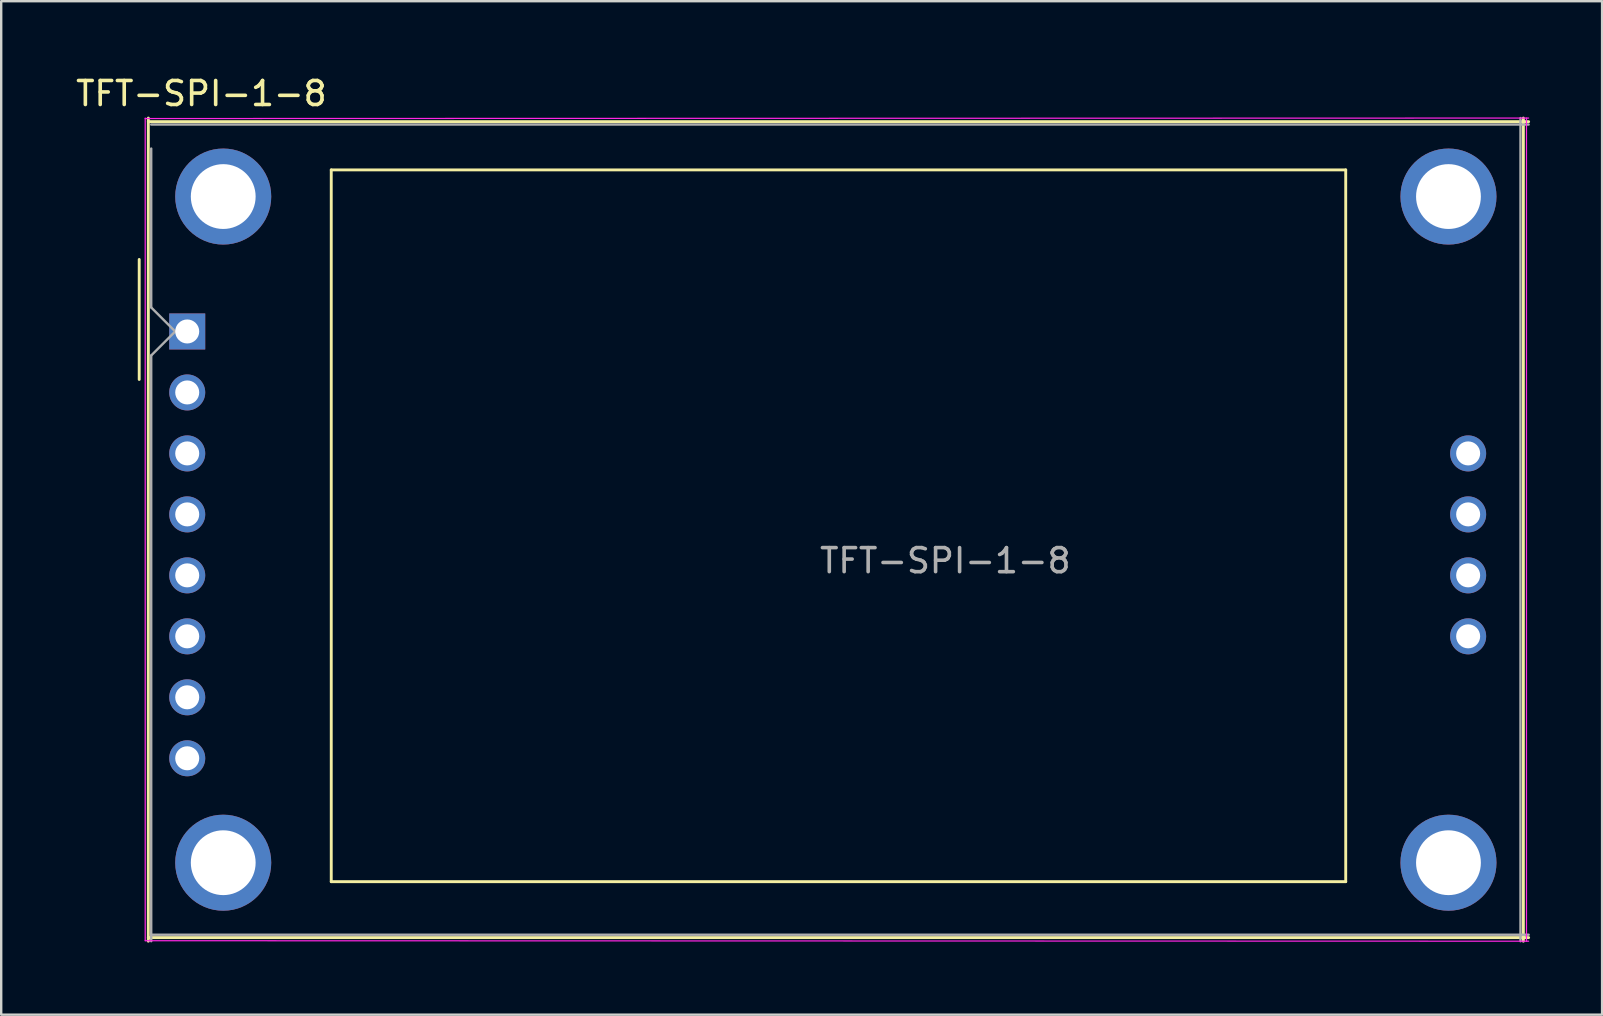
<source format=kicad_pcb>
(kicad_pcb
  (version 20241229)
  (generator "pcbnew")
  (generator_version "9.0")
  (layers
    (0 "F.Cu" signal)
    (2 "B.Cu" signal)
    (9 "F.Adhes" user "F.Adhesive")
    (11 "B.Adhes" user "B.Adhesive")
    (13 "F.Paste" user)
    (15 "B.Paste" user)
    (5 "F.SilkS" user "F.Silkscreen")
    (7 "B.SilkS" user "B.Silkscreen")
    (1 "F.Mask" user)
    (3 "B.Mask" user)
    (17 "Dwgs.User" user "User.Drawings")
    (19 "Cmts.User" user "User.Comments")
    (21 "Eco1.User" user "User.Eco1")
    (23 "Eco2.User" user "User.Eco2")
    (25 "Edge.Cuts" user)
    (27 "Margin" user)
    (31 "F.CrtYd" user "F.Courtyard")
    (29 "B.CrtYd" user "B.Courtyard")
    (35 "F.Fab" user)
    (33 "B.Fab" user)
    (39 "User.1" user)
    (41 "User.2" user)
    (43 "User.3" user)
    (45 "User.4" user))
  (footprint "TFT-SPI-1-8"
    (layer "F.Cu")
    (at 4.749 10.758)
    (property "Reference" "TFT-SPI-1-8" (at 0.59 -9.91 0) (layer "F.SilkS") (effects (font (size 1 1) (thickness 0.15))))
    (attr through_hole)
    (fp_line (start -2 -3) (end -2 2) (stroke (width 0.12) (type solid)) (layer "F.SilkS"))
    (fp_line (start -1.62 -8.74) (end 55.88 -8.74) (stroke (width 0.12) (type solid)) (layer "F.SilkS"))
    (fp_line (start -1.62 25.4) (end -1.62 -8.89) (stroke (width 0.12) (type solid)) (layer "F.SilkS"))
    (fp_line (start 6 -6.73) (end 48.26 -6.73) (stroke (width 0.12) (type solid)) (layer "F.SilkS"))
    (fp_line (start 6 22.92) (end 6 -6.73) (stroke (width 0.12) (type solid)) (layer "F.SilkS"))
    (fp_line (start 48.26 -6.73) (end 48.26 22.92) (stroke (width 0.12) (type solid)) (layer "F.SilkS"))
    (fp_line (start 48.26 22.92) (end 6 22.92) (stroke (width 0.12) (type solid)) (layer "F.SilkS"))
    (fp_line (start 55.66 -8.89) (end 55.66 25.4) (stroke (width 0.12) (type solid)) (layer "F.SilkS"))
    (fp_line (start 55.88 25.25) (end -1.62 25.25) (stroke (width 0.12) (type solid)) (layer "F.SilkS"))
    (fp_line (start -1.75 -8.87) (end 55.88 -8.89) (stroke (width 0.05) (type solid)) (layer "F.CrtYd"))
    (fp_line (start -1.75 25.38) (end -1.75 -8.89) (stroke (width 0.05) (type solid)) (layer "F.CrtYd"))
    (fp_line (start 55.79 -8.89) (end 55.79 25.4) (stroke (width 0.05) (type solid)) (layer "F.CrtYd"))
    (fp_line (start 55.88 25.4) (end -1.75 25.38) (stroke (width 0.05) (type solid)) (layer "F.CrtYd"))
    (fp_line (start -1.5 -8.62) (end 55.88 -8.62) (stroke (width 0.1) (type solid)) (layer "F.Fab"))
    (fp_line (start -1.5 -1) (end -1.5 -7.62) (stroke (width 0.1) (type solid)) (layer "F.Fab"))
    (fp_line (start -1.5 1) (end -0.5 0) (stroke (width 0.1) (type solid)) (layer "F.Fab"))
    (fp_line (start -1.5 25.4) (end -1.5 1) (stroke (width 0.1) (type solid)) (layer "F.Fab"))
    (fp_line (start -0.5 0) (end -1.5 -1) (stroke (width 0.1) (type solid)) (layer "F.Fab"))
    (fp_line (start 55.54 -8.89) (end 55.54 25.4) (stroke (width 0.1) (type solid)) (layer "F.Fab"))
    (fp_line (start 55.88 25.13) (end -1.5 25.13) (stroke (width 0.1) (type solid)) (layer "F.Fab"))
    (fp_text user "${REFERENCE}" (at 31.58 9.55 0) (layer "F.Fab") (effects (font (size 1 1) (thickness 0.15))))
    (pad "" thru_hole circle (at 1.5 -5.62) (size 4 4) (drill 2.7) (layers "*.Cu" "*.Mask"))
    (pad "" thru_hole circle (at 1.5 22.13) (size 4 4) (drill 2.7) (layers "*.Cu" "*.Mask"))
    (pad "" thru_hole circle (at 52.54 -5.62) (size 4 4) (drill 2.7) (layers "*.Cu" "*.Mask"))
    (pad "" thru_hole circle (at 52.54 22.13) (size 4 4) (drill 2.7) (layers "*.Cu" "*.Mask"))
    (pad "1" thru_hole rect (at 0 0) (size 1.5 1.5) (drill 1) (layers "*.Cu" "*.Mask"))
    (pad "2" thru_hole circle (at 0 2.54) (size 1.5 1.5) (drill 1) (layers "*.Cu" "*.Mask"))
    (pad "3" thru_hole circle (at 0 5.08) (size 1.5 1.5) (drill 1) (layers "*.Cu" "*.Mask"))
    (pad "4" thru_hole circle (at 0 7.62) (size 1.5 1.5) (drill 1) (layers "*.Cu" "*.Mask"))
    (pad "5" thru_hole circle (at 0 10.16) (size 1.5 1.5) (drill 1) (layers "*.Cu" "*.Mask"))
    (pad "6" thru_hole circle (at 0 12.7) (size 1.5 1.5) (drill 1) (layers "*.Cu" "*.Mask"))
    (pad "7" thru_hole circle (at 0 15.24) (size 1.5 1.5) (drill 1) (layers "*.Cu" "*.Mask"))
    (pad "8" thru_hole circle (at 0 17.78) (size 1.5 1.5) (drill 1) (layers "*.Cu" "*.Mask"))
    (pad "9" thru_hole circle (at 53.36 5.08) (size 1.5 1.5) (drill 1) (layers "*.Cu" "*.Mask"))
    (pad "10" thru_hole circle (at 53.36 7.62) (size 1.5 1.5) (drill 1) (layers "*.Cu" "*.Mask"))
    (pad "11" thru_hole circle (at 53.36 10.16) (size 1.5 1.5) (drill 1) (layers "*.Cu" "*.Mask"))
    (pad "12" thru_hole circle (at 53.36 12.7) (size 1.5 1.5) (drill 1) (layers "*.Cu" "*.Mask")))
  (gr_rect
    (start -3 -3)
    (end 63.689 39.218)
    (stroke (width 0.1) (type default))
    (fill no)
    (layer "Edge.Cuts")))
</source>
